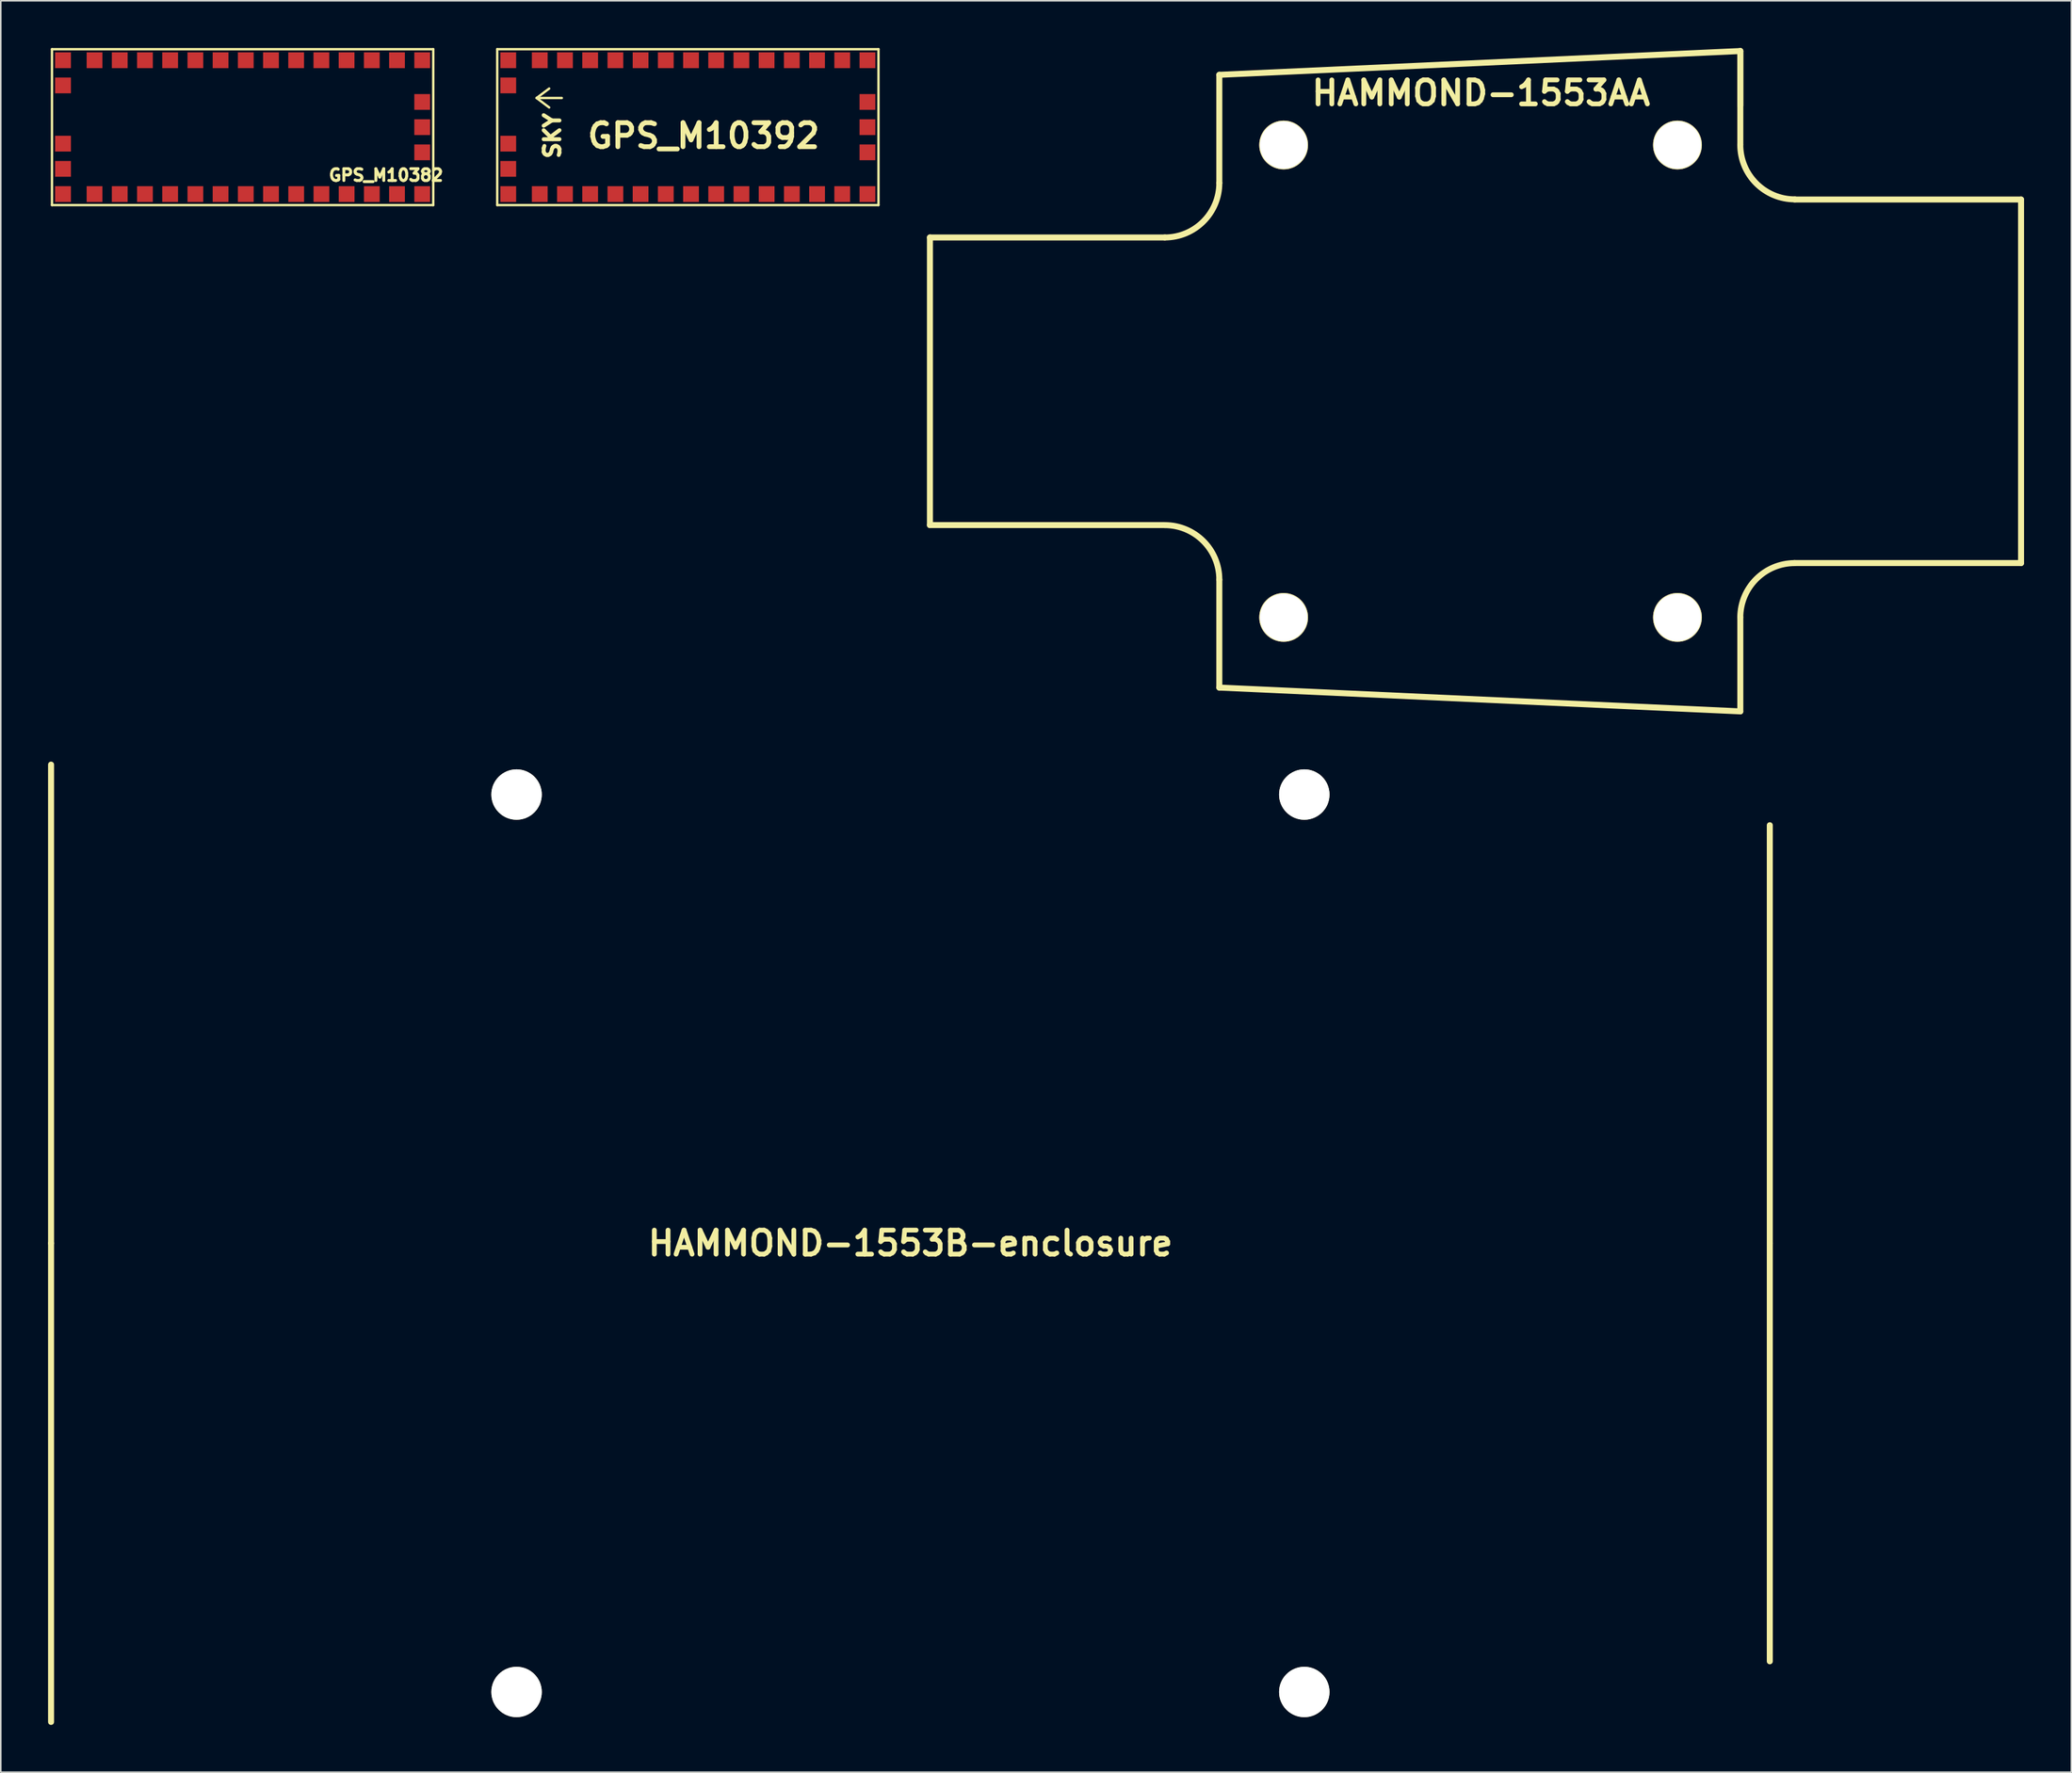
<source format=kicad_pcb>
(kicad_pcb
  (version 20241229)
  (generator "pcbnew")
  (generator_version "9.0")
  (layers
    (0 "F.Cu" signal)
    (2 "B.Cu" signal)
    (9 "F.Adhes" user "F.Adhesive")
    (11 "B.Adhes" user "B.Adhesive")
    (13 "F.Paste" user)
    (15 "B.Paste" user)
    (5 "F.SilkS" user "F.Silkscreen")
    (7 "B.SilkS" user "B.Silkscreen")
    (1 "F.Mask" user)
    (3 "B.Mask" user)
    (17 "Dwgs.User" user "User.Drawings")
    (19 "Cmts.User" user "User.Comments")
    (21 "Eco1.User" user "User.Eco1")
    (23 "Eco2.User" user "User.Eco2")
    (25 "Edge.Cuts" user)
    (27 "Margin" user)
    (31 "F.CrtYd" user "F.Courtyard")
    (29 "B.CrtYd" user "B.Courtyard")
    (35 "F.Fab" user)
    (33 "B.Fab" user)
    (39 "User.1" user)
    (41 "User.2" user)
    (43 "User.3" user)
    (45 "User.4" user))
  (footprint "HAMMOND-1553B-enclosure"
    (layer "F.Cu")
    (at 54.74 75.913)
    (property "Reference" "HAMMOND-1553B-enclosure" (at 0 0 0) (layer "F.SilkS") (effects (font (size 1.524 1.524) (thickness 0.305))))
    (attr through_hole)
    (fp_line (start -54.549 0) (end -54.549 -30.401) (stroke (width 0.381) (type solid)) (layer "F.SilkS"))
    (fp_line (start -54.549 0) (end -54.549 30.401) (stroke (width 0.381) (type solid)) (layer "F.SilkS"))
    (fp_line (start 54.549 0) (end 54.549 -26.551) (stroke (width 0.381) (type solid)) (layer "F.SilkS"))
    (fp_line (start 54.549 0) (end 54.549 26.551) (stroke (width 0.381) (type solid)) (layer "F.SilkS"))
    (pad "" np_thru_hole circle (at -25.001 -28.499) (size 3.2 3.2) (drill 3.2) (layers "*.Cu" "*.Mask" "F.SilkS"))
    (pad "" np_thru_hole circle (at -25.001 28.499) (size 3.2 3.2) (drill 3.2) (layers "*.Cu" "*.Mask" "F.SilkS"))
    (pad "" np_thru_hole circle (at 25.001 -28.499) (size 3.2 3.2) (drill 3.2) (layers "*.Cu" "*.Mask" "F.SilkS"))
    (pad "" np_thru_hole circle (at 25.001 28.499) (size 3.2 3.2) (drill 3.2) (layers "*.Cu" "*.Mask" "F.SilkS")))
  (footprint "HAMMOND-1553AA"
    (layer "F.Cu")
    (at 90.928 21.161)
    (property "Reference" "HAMMOND-1553AA" (at 0.03 -18.301 0) (layer "F.SilkS") (effects (font (size 1.524 1.524) (thickness 0.305))))
    (attr through_hole)
    (fp_line (start -34.95 -9.129) (end -34.95 9.139) (stroke (width 0.381) (type solid)) (layer "F.SilkS"))
    (fp_line (start -34.95 9.139) (end -20.041 9.139) (stroke (width 0.381) (type solid)) (layer "F.SilkS"))
    (fp_line (start -20.041 -9.129) (end -34.95 -9.129) (stroke (width 0.381) (type solid)) (layer "F.SilkS"))
    (fp_line (start -16.581 -19.459) (end -16.581 -12.591) (stroke (width 0.381) (type solid)) (layer "F.SilkS"))
    (fp_line (start -16.581 -19.459) (end 16.49 -20.97) (stroke (width 0.381) (type solid)) (layer "F.SilkS"))
    (fp_line (start -16.581 19.459) (end -16.581 12.611) (stroke (width 0.381) (type solid)) (layer "F.SilkS"))
    (fp_line (start -16.581 19.459) (end 16.49 20.97) (stroke (width 0.381) (type solid)) (layer "F.SilkS"))
    (fp_line (start 16.49 -20.97) (end 16.49 -15.029) (stroke (width 0.381) (type solid)) (layer "F.SilkS"))
    (fp_line (start 16.49 -17.511) (end 16.49 -20.97) (stroke (width 0.381) (type solid)) (layer "F.SilkS"))
    (fp_line (start 16.49 20.97) (end 16.49 14.981) (stroke (width 0.381) (type solid)) (layer "F.SilkS"))
    (fp_line (start 34.31 -11.539) (end 19.949 -11.539) (stroke (width 0.381) (type solid)) (layer "F.SilkS"))
    (fp_line (start 34.31 -11.539) (end 34.31 11.549) (stroke (width 0.381) (type solid)) (layer "F.SilkS"))
    (fp_line (start 34.31 11.549) (end 19.911 11.549) (stroke (width 0.381) (type solid)) (layer "F.SilkS"))
    (fp_arc (start -20.0406 9.14146) (mid -17.594378 10.154718) (end -16.58112 12.60094) (stroke (width 0.381) (type solid)) (layer "F.SilkS"))
    (fp_arc (start -16.58112 -12.58824) (mid -17.594378 -10.142018) (end -20.0406 -9.12876) (stroke (width 0.381) (type solid)) (layer "F.SilkS"))
    (fp_arc (start 16.48714 15.0114) (mid 17.500398 12.565178) (end 19.94662 11.55192) (stroke (width 0.381) (type solid)) (layer "F.SilkS"))
    (fp_arc (start 19.94916 -11.54938) (mid 17.501142 -12.563382) (end 16.48714 -15.0114) (stroke (width 0.381) (type solid)) (layer "F.SilkS"))
    (pad "" np_thru_hole circle (at -12.499 -15.001) (size 3.099 3.099) (drill 3) (layers "*.Cu" "*.Mask" "F.SilkS"))
    (pad "" np_thru_hole circle (at -12.499 15.001) (size 3.099 3.099) (drill 3) (layers "*.Cu" "*.Mask" "F.SilkS"))
    (pad "" np_thru_hole circle (at 12.499 -15.001) (size 3.099 3.099) (drill 3) (layers "*.Cu" "*.Mask" "F.SilkS"))
    (pad "" np_thru_hole circle (at 12.499 15.001) (size 3.099 3.099) (drill 3) (layers "*.Cu" "*.Mask" "F.SilkS")))
  (footprint "GPS_M10392"
    (layer "F.Cu")
    (at 28.511 9.976)
    (property "Reference" "GPS_M10392" (at 13.101 -4.399 0) (layer "F.SilkS") (effects (font (size 1.524 1.524) (thickness 0.305))))
    (attr through_hole)
    (fp_line (start 0 -9.901) (end 0 0) (stroke (width 0.15) (type solid)) (layer "F.SilkS"))
    (fp_line (start 0 0) (end 24.201 0) (stroke (width 0.15) (type solid)) (layer "F.SilkS"))
    (fp_line (start 2.499 -6.802) (end 3.299 -7.402) (stroke (width 0.15) (type solid)) (layer "F.SilkS"))
    (fp_line (start 2.499 -6.802) (end 3.299 -6.2) (stroke (width 0.15) (type solid)) (layer "F.SilkS"))
    (fp_line (start 4.1 -6.802) (end 2.499 -6.802) (stroke (width 0.15) (type solid)) (layer "F.SilkS"))
    (fp_line (start 24.201 -9.901) (end 0 -9.901) (stroke (width 0.15) (type solid)) (layer "F.SilkS"))
    (fp_line (start 24.201 0) (end 24.201 -9.901) (stroke (width 0.15) (type solid)) (layer "F.SilkS"))
    (fp_text user "SKY" (at 3.5 -4.399 90) (layer "F.SilkS") (effects (font (size 1.001 1.001) (thickness 0.251))))
    (pad "1" smd rect (at 0.701 -3.901) (size 1.001 1.001) (layers "F.Cu" "F.Mask" "F.Paste"))
    (pad "2" smd rect (at 0.701 -2.301) (size 1.001 1.001) (layers "F.Cu" "F.Mask" "F.Paste"))
    (pad "3" smd rect (at 0.701 -0.701) (size 1.001 1.001) (layers "F.Cu" "F.Mask" "F.Paste"))
    (pad "4" smd rect (at 2.7 -0.701) (size 1.001 1.001) (layers "F.Cu" "F.Mask" "F.Paste"))
    (pad "5" smd rect (at 4.3 -0.701) (size 1.001 1.001) (layers "F.Cu" "F.Mask" "F.Paste"))
    (pad "6" smd rect (at 5.9 -0.701) (size 1.001 1.001) (layers "F.Cu" "F.Mask" "F.Paste"))
    (pad "7" smd rect (at 7.501 -0.701) (size 1.001 1.001) (layers "F.Cu" "F.Mask" "F.Paste"))
    (pad "8" smd rect (at 9.101 -0.701) (size 1.001 1.001) (layers "F.Cu" "F.Mask" "F.Paste"))
    (pad "9" smd rect (at 10.701 -0.701) (size 1.001 1.001) (layers "F.Cu" "F.Mask" "F.Paste"))
    (pad "10" smd rect (at 12.301 -0.701) (size 1.001 1.001) (layers "F.Cu" "F.Mask" "F.Paste"))
    (pad "11" smd rect (at 13.901 -0.701) (size 1.001 1.001) (layers "F.Cu" "F.Mask" "F.Paste"))
    (pad "12" smd rect (at 15.502 -0.701) (size 1.001 1.001) (layers "F.Cu" "F.Mask" "F.Paste"))
    (pad "13" smd rect (at 17.102 -0.701) (size 1.001 1.001) (layers "F.Cu" "F.Mask" "F.Paste"))
    (pad "14" smd rect (at 18.702 -0.701) (size 1.001 1.001) (layers "F.Cu" "F.Mask" "F.Paste"))
    (pad "15" smd rect (at 20.302 -0.701) (size 1.001 1.001) (layers "F.Cu" "F.Mask" "F.Paste"))
    (pad "16" smd rect (at 21.9 -0.701) (size 1.001 1.001) (layers "F.Cu" "F.Mask" "F.Paste"))
    (pad "17" smd rect (at 23.5 -0.701) (size 1.001 1.001) (layers "F.Cu" "F.Mask" "F.Paste"))
    (pad "18" smd rect (at 23.5 -3.35) (size 1.001 1.001) (layers "F.Cu" "F.Mask" "F.Paste"))
    (pad "19" smd rect (at 23.5 -4.95) (size 1.001 1.001) (layers "F.Cu" "F.Mask" "F.Paste"))
    (pad "20" smd rect (at 23.5 -6.551) (size 1.001 1.001) (layers "F.Cu" "F.Mask" "F.Paste"))
    (pad "21" smd rect (at 23.5 -9.2) (size 1.001 1.001) (layers "F.Cu" "F.Mask" "F.Paste"))
    (pad "22" smd rect (at 21.9 -9.2) (size 1.001 1.001) (layers "F.Cu" "F.Mask" "F.Paste"))
    (pad "23" smd rect (at 20.3 -9.2) (size 1.001 1.001) (layers "F.Cu" "F.Mask" "F.Paste"))
    (pad "24" smd rect (at 18.699 -9.2) (size 1.001 1.001) (layers "F.Cu" "F.Mask" "F.Paste"))
    (pad "25" smd rect (at 17.099 -9.2) (size 1.001 1.001) (layers "F.Cu" "F.Mask" "F.Paste"))
    (pad "26" smd rect (at 15.499 -9.2) (size 1.001 1.001) (layers "F.Cu" "F.Mask" "F.Paste"))
    (pad "27" smd rect (at 13.899 -9.2) (size 1.001 1.001) (layers "F.Cu" "F.Mask" "F.Paste"))
    (pad "28" smd rect (at 12.301 -9.2) (size 1.001 1.001) (layers "F.Cu" "F.Mask" "F.Paste"))
    (pad "29" smd rect (at 10.701 -9.2) (size 1.001 1.001) (layers "F.Cu" "F.Mask" "F.Paste"))
    (pad "30" smd rect (at 9.101 -9.2) (size 1.001 1.001) (layers "F.Cu" "F.Mask" "F.Paste"))
    (pad "31" smd rect (at 7.501 -9.2) (size 1.001 1.001) (layers "F.Cu" "F.Mask" "F.Paste"))
    (pad "32" smd rect (at 5.9 -9.2) (size 1.001 1.001) (layers "F.Cu" "F.Mask" "F.Paste"))
    (pad "33" smd rect (at 4.3 -9.2) (size 1.001 1.001) (layers "F.Cu" "F.Mask" "F.Paste"))
    (pad "34" smd rect (at 2.7 -9.2) (size 1.001 1.001) (layers "F.Cu" "F.Mask" "F.Paste"))
    (pad "35" smd rect (at 0.701 -9.2) (size 1.001 1.001) (layers "F.Cu" "F.Mask" "F.Paste"))
    (pad "36" smd rect (at 0.701 -7.6) (size 1.001 1.001) (layers "F.Cu" "F.Mask" "F.Paste")))
  (footprint "GPS_M10382"
    (layer "F.Cu")
    (at 0.25 9.976)
    (property "Reference" "GPS_M10382" (at 21.201 -1.9 0) (layer "F.SilkS") (effects (font (size 0.749 0.749) (thickness 0.188))))
    (attr through_hole)
    (fp_line (start 0 -9.901) (end 0 0) (stroke (width 0.15) (type solid)) (layer "F.SilkS"))
    (fp_line (start 0 0) (end 24.201 0) (stroke (width 0.15) (type solid)) (layer "F.SilkS"))
    (fp_line (start 24.201 -9.901) (end 0 -9.901) (stroke (width 0.15) (type solid)) (layer "F.SilkS"))
    (fp_line (start 24.201 0) (end 24.201 -9.901) (stroke (width 0.15) (type solid)) (layer "F.SilkS"))
    (pad "1" smd rect (at 0.701 -3.901) (size 1.001 1.001) (layers "F.Cu" "F.Mask" "F.Paste"))
    (pad "2" smd rect (at 0.701 -2.301) (size 1.001 1.001) (layers "F.Cu" "F.Mask" "F.Paste"))
    (pad "3" smd rect (at 0.701 -0.701) (size 1.001 1.001) (layers "F.Cu" "F.Mask" "F.Paste"))
    (pad "4" smd rect (at 2.7 -0.701) (size 1.001 1.001) (layers "F.Cu" "F.Mask" "F.Paste"))
    (pad "5" smd rect (at 4.3 -0.701) (size 1.001 1.001) (layers "F.Cu" "F.Mask" "F.Paste"))
    (pad "6" smd rect (at 5.9 -0.701) (size 1.001 1.001) (layers "F.Cu" "F.Mask" "F.Paste"))
    (pad "7" smd rect (at 7.501 -0.701) (size 1.001 1.001) (layers "F.Cu" "F.Mask" "F.Paste"))
    (pad "8" smd rect (at 9.101 -0.701) (size 1.001 1.001) (layers "F.Cu" "F.Mask" "F.Paste"))
    (pad "9" smd rect (at 10.701 -0.701) (size 1.001 1.001) (layers "F.Cu" "F.Mask" "F.Paste"))
    (pad "10" smd rect (at 12.301 -0.701) (size 1.001 1.001) (layers "F.Cu" "F.Mask" "F.Paste"))
    (pad "11" smd rect (at 13.901 -0.701) (size 1.001 1.001) (layers "F.Cu" "F.Mask" "F.Paste"))
    (pad "12" smd rect (at 15.502 -0.701) (size 1.001 1.001) (layers "F.Cu" "F.Mask" "F.Paste"))
    (pad "13" smd rect (at 17.102 -0.701) (size 1.001 1.001) (layers "F.Cu" "F.Mask" "F.Paste"))
    (pad "14" smd rect (at 18.702 -0.701) (size 1.001 1.001) (layers "F.Cu" "F.Mask" "F.Paste"))
    (pad "15" smd rect (at 20.302 -0.701) (size 1.001 1.001) (layers "F.Cu" "F.Mask" "F.Paste"))
    (pad "16" smd rect (at 21.9 -0.701) (size 1.001 1.001) (layers "F.Cu" "F.Mask" "F.Paste"))
    (pad "17" smd rect (at 23.5 -0.701) (size 1.001 1.001) (layers "F.Cu" "F.Mask" "F.Paste"))
    (pad "18" smd rect (at 23.5 -3.35) (size 1.001 1.001) (layers "F.Cu" "F.Mask" "F.Paste"))
    (pad "19" smd rect (at 23.5 -4.95) (size 1.001 1.001) (layers "F.Cu" "F.Mask" "F.Paste"))
    (pad "20" smd rect (at 23.5 -6.551) (size 1.001 1.001) (layers "F.Cu" "F.Mask" "F.Paste"))
    (pad "21" smd rect (at 23.5 -9.2) (size 1.001 1.001) (layers "F.Cu" "F.Mask" "F.Paste"))
    (pad "22" smd rect (at 21.9 -9.2) (size 1.001 1.001) (layers "F.Cu" "F.Mask" "F.Paste"))
    (pad "23" smd rect (at 20.3 -9.2) (size 1.001 1.001) (layers "F.Cu" "F.Mask" "F.Paste"))
    (pad "24" smd rect (at 18.699 -9.2) (size 1.001 1.001) (layers "F.Cu" "F.Mask" "F.Paste"))
    (pad "25" smd rect (at 17.099 -9.2) (size 1.001 1.001) (layers "F.Cu" "F.Mask" "F.Paste"))
    (pad "26" smd rect (at 15.499 -9.2) (size 1.001 1.001) (layers "F.Cu" "F.Mask" "F.Paste"))
    (pad "27" smd rect (at 13.899 -9.2) (size 1.001 1.001) (layers "F.Cu" "F.Mask" "F.Paste"))
    (pad "28" smd rect (at 12.301 -9.2) (size 1.001 1.001) (layers "F.Cu" "F.Mask" "F.Paste"))
    (pad "29" smd rect (at 10.701 -9.2) (size 1.001 1.001) (layers "F.Cu" "F.Mask" "F.Paste"))
    (pad "30" smd rect (at 9.101 -9.2) (size 1.001 1.001) (layers "F.Cu" "F.Mask" "F.Paste"))
    (pad "31" smd rect (at 7.501 -9.2) (size 1.001 1.001) (layers "F.Cu" "F.Mask" "F.Paste"))
    (pad "32" smd rect (at 5.9 -9.2) (size 1.001 1.001) (layers "F.Cu" "F.Mask" "F.Paste"))
    (pad "33" smd rect (at 4.3 -9.2) (size 1.001 1.001) (layers "F.Cu" "F.Mask" "F.Paste"))
    (pad "34" smd rect (at 2.7 -9.2) (size 1.001 1.001) (layers "F.Cu" "F.Mask" "F.Paste"))
    (pad "35" smd rect (at 0.701 -9.2) (size 1.001 1.001) (layers "F.Cu" "F.Mask" "F.Paste"))
    (pad "36" smd rect (at 0.701 -7.6) (size 1.001 1.001) (layers "F.Cu" "F.Mask" "F.Paste")))
  (gr_rect
    (start -3 -3)
    (end 128.429 109.505)
    (stroke (width 0.1) (type default))
    (fill no)
    (layer "Edge.Cuts")))
</source>
